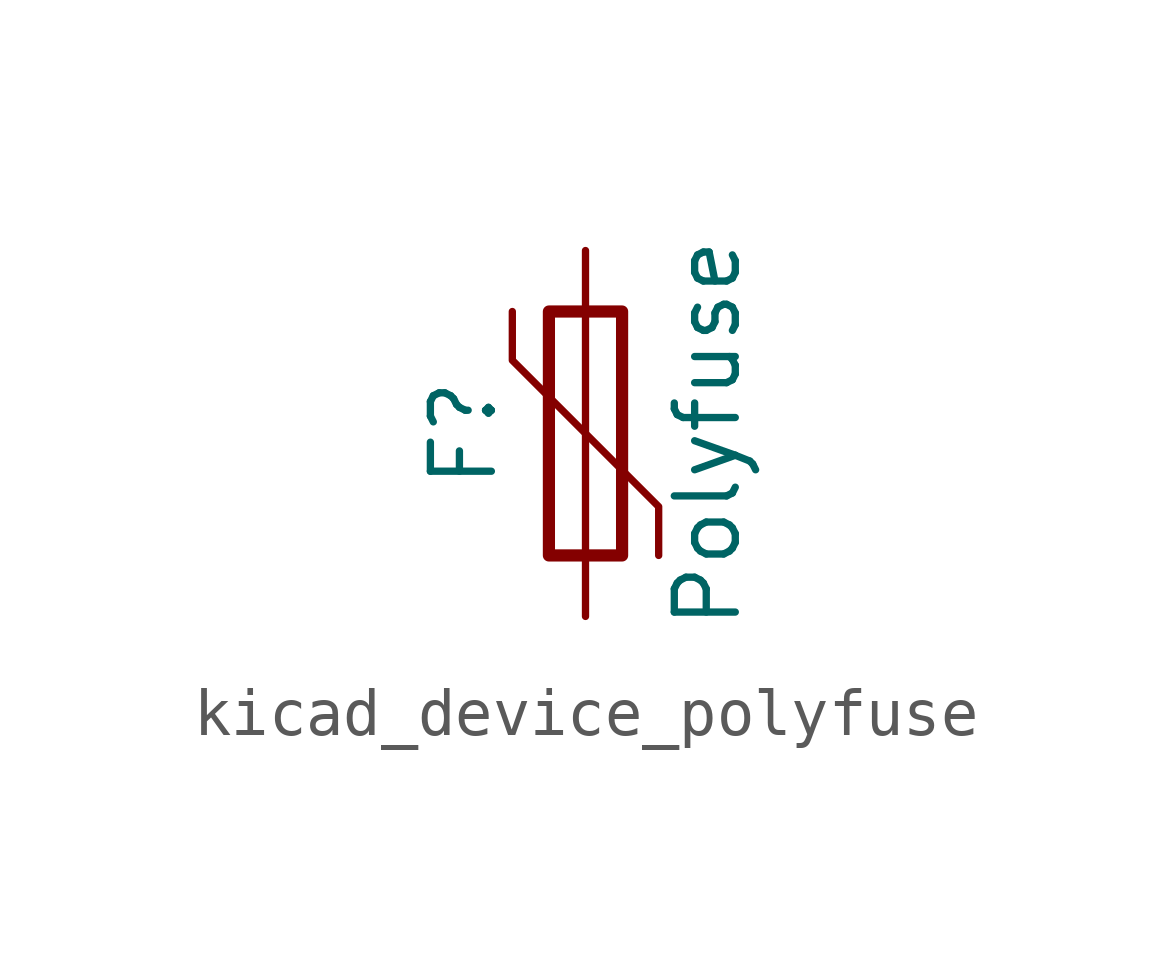
<source format=kicad_sym>
(kicad_symbol_lib
  (version 20220914)
  (generator kicad_symbol_editor)
  (symbol "kicad_device_polyfuse"
    (pin_numbers hide)
    (pin_names
      (offset 0))
    (property "Reference" "F"
      (at -2.54 0 90)
      (effects (font (size 1.27 1.27))))
    (property "Value" "Polyfuse"
      (at 2.54 0 90)
      (effects (font (size 1.27 1.27))))
    (symbol "kicad_device_polyfuse_0_1"
      (rectangle (start -0.762 2.54) (end 0.762 -2.54) (stroke (width 0.254) (type default)) (fill (type none)))
      (polyline (pts (xy 0 2.54) (xy 0 -2.54)) (stroke (width 0) (type default)) (fill (type none)))
      (polyline (pts (xy -1.524 2.54) (xy -1.524 1.524) (xy 1.524 -1.524) (xy 1.524 -2.54)) (stroke (width 0) (type default)) (fill (type none))))
    (symbol "kicad_device_polyfuse_1_1"
      (pin passive line (at 0 3.81 270) (length 1.27) (name "~" (effects (font (size 1.27 1.27)))) (number "1" (effects (font (size 1.27 1.27)))))
      (pin passive line (at 0 -3.81 90) (length 1.27) (name "~" (effects (font (size 1.27 1.27)))) (number "2" (effects (font (size 1.27 1.27))))))))
</source>
